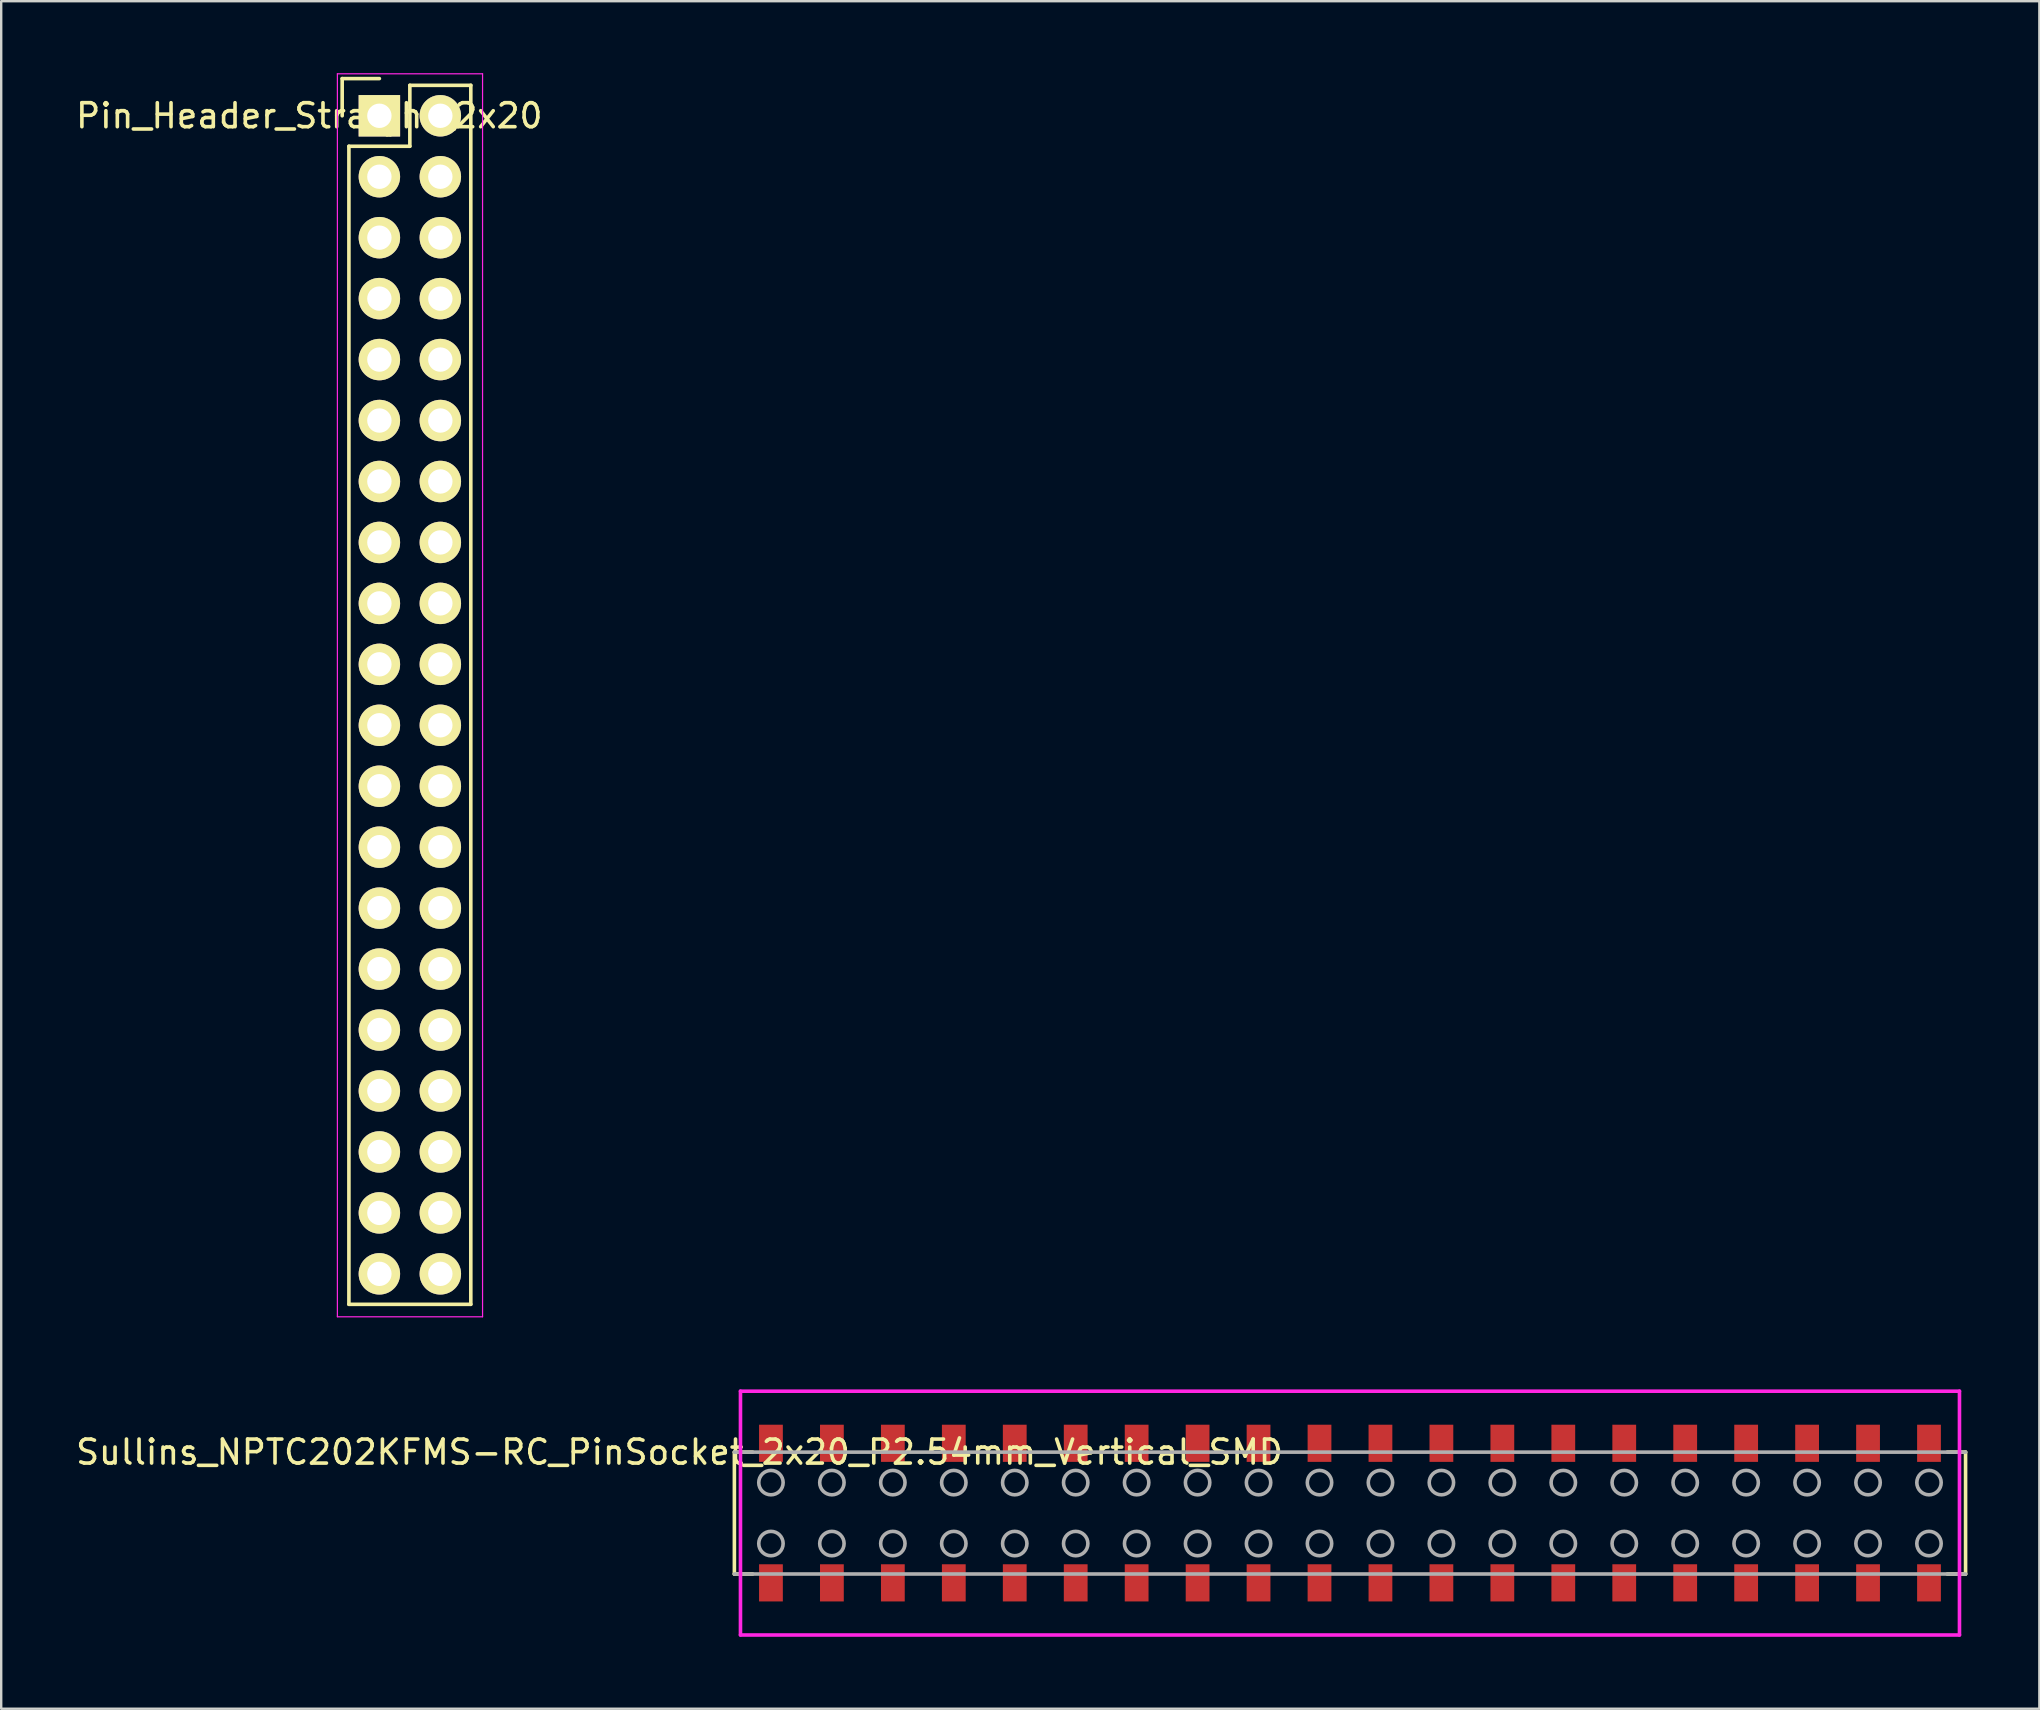
<source format=kicad_pcb>
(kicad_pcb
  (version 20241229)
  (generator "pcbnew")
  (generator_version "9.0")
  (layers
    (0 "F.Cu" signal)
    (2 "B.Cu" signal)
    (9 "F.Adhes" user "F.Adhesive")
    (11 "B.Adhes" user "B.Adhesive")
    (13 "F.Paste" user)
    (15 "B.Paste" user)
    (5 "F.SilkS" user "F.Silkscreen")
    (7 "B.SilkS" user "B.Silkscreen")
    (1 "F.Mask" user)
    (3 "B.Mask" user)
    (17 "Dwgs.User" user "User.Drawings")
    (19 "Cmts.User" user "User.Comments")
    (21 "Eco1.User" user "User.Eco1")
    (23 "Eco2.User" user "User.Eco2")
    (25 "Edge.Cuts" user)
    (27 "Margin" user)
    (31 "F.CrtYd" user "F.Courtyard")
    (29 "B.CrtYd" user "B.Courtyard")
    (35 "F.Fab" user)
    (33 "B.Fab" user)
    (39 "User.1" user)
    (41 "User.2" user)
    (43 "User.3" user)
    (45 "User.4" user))
  (footprint "Sullins_NPTC202KFMS-RC_PinSocket_2x20_P2.54mm_Vertical_SMD"
    (layer "F.Cu")
    (at 53.208 60.005)
    (property "Reference" "Sullins_NPTC202KFMS-RC_PinSocket_2x20_P2.54mm_Vertical_SMD" (at -27.94 -2.54 0) (layer "F.SilkS") (effects (font (size 1 1) (thickness 0.15))))
    (attr through_hole)
    (fp_line (start -25.654 -2.54) (end -25.654 2.54) (stroke (width 0.15) (type solid)) (layer "F.SilkS"))
    (fp_line (start -25.654 -2.54) (end -24.892 -2.54) (stroke (width 0.15) (type solid)) (layer "F.SilkS"))
    (fp_line (start -25.654 2.54) (end -24.892 2.54) (stroke (width 0.15) (type solid)) (layer "F.SilkS"))
    (fp_line (start 24.892 -2.54) (end 25.654 -2.54) (stroke (width 0.15) (type solid)) (layer "F.SilkS"))
    (fp_line (start 24.892 2.54) (end 25.654 2.54) (stroke (width 0.15) (type solid)) (layer "F.SilkS"))
    (fp_line (start 25.654 -2.54) (end 25.654 2.54) (stroke (width 0.15) (type solid)) (layer "F.SilkS"))
    (fp_line (start -25.4 -5.08) (end 25.4 -5.08) (stroke (width 0.15) (type solid)) (layer "F.CrtYd"))
    (fp_line (start -25.4 5.08) (end -25.4 -5.08) (stroke (width 0.15) (type solid)) (layer "F.CrtYd"))
    (fp_line (start 25.4 -5.08) (end 25.4 5.08) (stroke (width 0.15) (type solid)) (layer "F.CrtYd"))
    (fp_line (start 25.4 5.08) (end -25.4 5.08) (stroke (width 0.15) (type solid)) (layer "F.CrtYd"))
    (fp_line (start -25.654 -2.54) (end 25.654 -2.54) (stroke (width 0.15) (type solid)) (layer "F.Fab"))
    (fp_line (start -25.654 2.54) (end 25.654 2.54) (stroke (width 0.15) (type solid)) (layer "F.Fab"))
    (fp_circle (center -24.13 -1.27) (end -23.622 -1.27) (stroke (width 0.15) (type solid)) (fill no) (layer "F.Fab"))
    (fp_circle (center -24.13 1.27) (end -23.622 1.27) (stroke (width 0.15) (type solid)) (fill no) (layer "F.Fab"))
    (fp_circle (center -21.59 -1.27) (end -21.082 -1.27) (stroke (width 0.15) (type solid)) (fill no) (layer "F.Fab"))
    (fp_circle (center -21.59 1.27) (end -21.082 1.27) (stroke (width 0.15) (type solid)) (fill no) (layer "F.Fab"))
    (fp_circle (center -19.05 -1.27) (end -18.542 -1.27) (stroke (width 0.15) (type solid)) (fill no) (layer "F.Fab"))
    (fp_circle (center -19.05 1.27) (end -18.542 1.27) (stroke (width 0.15) (type solid)) (fill no) (layer "F.Fab"))
    (fp_circle (center -16.51 -1.27) (end -16.002 -1.27) (stroke (width 0.15) (type solid)) (fill no) (layer "F.Fab"))
    (fp_circle (center -16.51 1.27) (end -16.002 1.27) (stroke (width 0.15) (type solid)) (fill no) (layer "F.Fab"))
    (fp_circle (center -13.97 -1.27) (end -13.462 -1.27) (stroke (width 0.15) (type solid)) (fill no) (layer "F.Fab"))
    (fp_circle (center -13.97 1.27) (end -13.462 1.27) (stroke (width 0.15) (type solid)) (fill no) (layer "F.Fab"))
    (fp_circle (center -11.43 -1.27) (end -10.922 -1.27) (stroke (width 0.15) (type solid)) (fill no) (layer "F.Fab"))
    (fp_circle (center -11.43 1.27) (end -10.922 1.27) (stroke (width 0.15) (type solid)) (fill no) (layer "F.Fab"))
    (fp_circle (center -8.89 -1.27) (end -8.382 -1.27) (stroke (width 0.15) (type solid)) (fill no) (layer "F.Fab"))
    (fp_circle (center -8.89 1.27) (end -8.382 1.27) (stroke (width 0.15) (type solid)) (fill no) (layer "F.Fab"))
    (fp_circle (center -6.35 -1.27) (end -5.842 -1.27) (stroke (width 0.15) (type solid)) (fill no) (layer "F.Fab"))
    (fp_circle (center -6.35 1.27) (end -5.842 1.27) (stroke (width 0.15) (type solid)) (fill no) (layer "F.Fab"))
    (fp_circle (center -3.81 -1.27) (end -3.302 -1.27) (stroke (width 0.15) (type solid)) (fill no) (layer "F.Fab"))
    (fp_circle (center -3.81 1.27) (end -3.302 1.27) (stroke (width 0.15) (type solid)) (fill no) (layer "F.Fab"))
    (fp_circle (center -1.27 -1.27) (end -0.762 -1.27) (stroke (width 0.15) (type solid)) (fill no) (layer "F.Fab"))
    (fp_circle (center -1.27 1.27) (end -0.762 1.27) (stroke (width 0.15) (type solid)) (fill no) (layer "F.Fab"))
    (fp_circle (center 1.27 -1.27) (end 1.778 -1.27) (stroke (width 0.15) (type solid)) (fill no) (layer "F.Fab"))
    (fp_circle (center 1.27 1.27) (end 1.778 1.27) (stroke (width 0.15) (type solid)) (fill no) (layer "F.Fab"))
    (fp_circle (center 3.81 -1.27) (end 4.318 -1.27) (stroke (width 0.15) (type solid)) (fill no) (layer "F.Fab"))
    (fp_circle (center 3.81 1.27) (end 4.318 1.27) (stroke (width 0.15) (type solid)) (fill no) (layer "F.Fab"))
    (fp_circle (center 6.35 -1.27) (end 6.858 -1.27) (stroke (width 0.15) (type solid)) (fill no) (layer "F.Fab"))
    (fp_circle (center 6.35 1.27) (end 6.858 1.27) (stroke (width 0.15) (type solid)) (fill no) (layer "F.Fab"))
    (fp_circle (center 8.89 -1.27) (end 9.398 -1.27) (stroke (width 0.15) (type solid)) (fill no) (layer "F.Fab"))
    (fp_circle (center 8.89 1.27) (end 9.398 1.27) (stroke (width 0.15) (type solid)) (fill no) (layer "F.Fab"))
    (fp_circle (center 11.43 -1.27) (end 11.938 -1.27) (stroke (width 0.15) (type solid)) (fill no) (layer "F.Fab"))
    (fp_circle (center 11.43 1.27) (end 11.938 1.27) (stroke (width 0.15) (type solid)) (fill no) (layer "F.Fab"))
    (fp_circle (center 13.97 -1.27) (end 14.478 -1.27) (stroke (width 0.15) (type solid)) (fill no) (layer "F.Fab"))
    (fp_circle (center 13.97 1.27) (end 14.478 1.27) (stroke (width 0.15) (type solid)) (fill no) (layer "F.Fab"))
    (fp_circle (center 16.51 -1.27) (end 17.018 -1.27) (stroke (width 0.15) (type solid)) (fill no) (layer "F.Fab"))
    (fp_circle (center 16.51 1.27) (end 17.018 1.27) (stroke (width 0.15) (type solid)) (fill no) (layer "F.Fab"))
    (fp_circle (center 19.05 -1.27) (end 19.558 -1.27) (stroke (width 0.15) (type solid)) (fill no) (layer "F.Fab"))
    (fp_circle (center 19.05 1.27) (end 19.558 1.27) (stroke (width 0.15) (type solid)) (fill no) (layer "F.Fab"))
    (fp_circle (center 21.59 -1.27) (end 22.098 -1.27) (stroke (width 0.15) (type solid)) (fill no) (layer "F.Fab"))
    (fp_circle (center 21.59 1.27) (end 22.098 1.27) (stroke (width 0.15) (type solid)) (fill no) (layer "F.Fab"))
    (fp_circle (center 24.13 -1.27) (end 24.638 -1.27) (stroke (width 0.15) (type solid)) (fill no) (layer "F.Fab"))
    (fp_circle (center 24.13 1.27) (end 24.638 1.27) (stroke (width 0.15) (type solid)) (fill no) (layer "F.Fab"))
    (pad "1" smd rect (at -24.13 -2.908) (size 0.991 1.549) (layers "F.Cu" "F.Mask" "F.Paste"))
    (pad "2" smd rect (at -24.13 2.908) (size 0.991 1.549) (layers "F.Cu" "F.Mask" "F.Paste"))
    (pad "3" smd rect (at -21.59 -2.908) (size 0.991 1.549) (layers "F.Cu" "F.Mask" "F.Paste"))
    (pad "4" smd rect (at -21.59 2.908) (size 0.991 1.549) (layers "F.Cu" "F.Mask" "F.Paste"))
    (pad "5" smd rect (at -19.05 -2.908) (size 0.991 1.549) (layers "F.Cu" "F.Mask" "F.Paste"))
    (pad "6" smd rect (at -19.05 2.908) (size 0.991 1.549) (layers "F.Cu" "F.Mask" "F.Paste"))
    (pad "7" smd rect (at -16.51 -2.908) (size 0.991 1.549) (layers "F.Cu" "F.Mask" "F.Paste"))
    (pad "8" smd rect (at -16.51 2.908) (size 0.991 1.549) (layers "F.Cu" "F.Mask" "F.Paste"))
    (pad "9" smd rect (at -13.97 -2.908) (size 0.991 1.549) (layers "F.Cu" "F.Mask" "F.Paste"))
    (pad "10" smd rect (at -13.97 2.908) (size 0.991 1.549) (layers "F.Cu" "F.Mask" "F.Paste"))
    (pad "11" smd rect (at -11.43 -2.908) (size 0.991 1.549) (layers "F.Cu" "F.Mask" "F.Paste"))
    (pad "12" smd rect (at -11.43 2.908) (size 0.991 1.549) (layers "F.Cu" "F.Mask" "F.Paste"))
    (pad "13" smd rect (at -8.89 -2.908) (size 0.991 1.549) (layers "F.Cu" "F.Mask" "F.Paste"))
    (pad "14" smd rect (at -8.89 2.908) (size 0.991 1.549) (layers "F.Cu" "F.Mask" "F.Paste"))
    (pad "15" smd rect (at -6.35 -2.908) (size 0.991 1.549) (layers "F.Cu" "F.Mask" "F.Paste"))
    (pad "16" smd rect (at -6.35 2.908) (size 0.991 1.549) (layers "F.Cu" "F.Mask" "F.Paste"))
    (pad "17" smd rect (at -3.81 -2.908) (size 0.991 1.549) (layers "F.Cu" "F.Mask" "F.Paste"))
    (pad "18" smd rect (at -3.81 2.908) (size 0.991 1.549) (layers "F.Cu" "F.Mask" "F.Paste"))
    (pad "19" smd rect (at -1.27 -2.908) (size 0.991 1.549) (layers "F.Cu" "F.Mask" "F.Paste"))
    (pad "20" smd rect (at -1.27 2.908) (size 0.991 1.549) (layers "F.Cu" "F.Mask" "F.Paste"))
    (pad "21" smd rect (at 1.27 -2.908) (size 0.991 1.549) (layers "F.Cu" "F.Mask" "F.Paste"))
    (pad "22" smd rect (at 1.27 2.908) (size 0.991 1.549) (layers "F.Cu" "F.Mask" "F.Paste"))
    (pad "23" smd rect (at 3.81 -2.908) (size 0.991 1.549) (layers "F.Cu" "F.Mask" "F.Paste"))
    (pad "24" smd rect (at 3.81 2.908) (size 0.991 1.549) (layers "F.Cu" "F.Mask" "F.Paste"))
    (pad "25" smd rect (at 6.35 -2.908) (size 0.991 1.549) (layers "F.Cu" "F.Mask" "F.Paste"))
    (pad "26" smd rect (at 6.35 2.908) (size 0.991 1.549) (layers "F.Cu" "F.Mask" "F.Paste"))
    (pad "27" smd rect (at 8.89 -2.908) (size 0.991 1.549) (layers "F.Cu" "F.Mask" "F.Paste"))
    (pad "28" smd rect (at 8.89 2.908) (size 0.991 1.549) (layers "F.Cu" "F.Mask" "F.Paste"))
    (pad "29" smd rect (at 11.43 -2.908) (size 0.991 1.549) (layers "F.Cu" "F.Mask" "F.Paste"))
    (pad "30" smd rect (at 11.43 2.908) (size 0.991 1.549) (layers "F.Cu" "F.Mask" "F.Paste"))
    (pad "31" smd rect (at 13.97 -2.908) (size 0.991 1.549) (layers "F.Cu" "F.Mask" "F.Paste"))
    (pad "32" smd rect (at 13.97 2.908) (size 0.991 1.549) (layers "F.Cu" "F.Mask" "F.Paste"))
    (pad "33" smd rect (at 16.51 -2.908) (size 0.991 1.549) (layers "F.Cu" "F.Mask" "F.Paste"))
    (pad "34" smd rect (at 16.51 2.908) (size 0.991 1.549) (layers "F.Cu" "F.Mask" "F.Paste"))
    (pad "35" smd rect (at 19.05 -2.908) (size 0.991 1.549) (layers "F.Cu" "F.Mask" "F.Paste"))
    (pad "36" smd rect (at 19.05 2.908) (size 0.991 1.549) (layers "F.Cu" "F.Mask" "F.Paste"))
    (pad "37" smd rect (at 21.59 -2.908) (size 0.991 1.549) (layers "F.Cu" "F.Mask" "F.Paste"))
    (pad "38" smd rect (at 21.59 2.908) (size 0.991 1.549) (layers "F.Cu" "F.Mask" "F.Paste"))
    (pad "39" smd rect (at 24.13 -2.908) (size 0.991 1.549) (layers "F.Cu" "F.Mask" "F.Paste"))
    (pad "40" smd rect (at 24.13 2.908) (size 0.991 1.549) (layers "F.Cu" "F.Mask" "F.Paste")))
  (footprint "Pin_Header_Straight_2x20"
    (layer "F.Cu")
    (at 14.03 25.905)
    (property "Reference" "Pin_Header_Straight_2x20" (at -4.191 -24.13 180) (layer "F.SilkS") (effects (font (size 1 1) (thickness 0.15))))
    (attr through_hole)
    (fp_line (start -2.82 -25.68) (end -2.82 -24.13) (stroke (width 0.15) (type solid)) (layer "F.SilkS"))
    (fp_line (start -2.54 -22.86) (end -2.54 25.4) (stroke (width 0.15) (type solid)) (layer "F.SilkS"))
    (fp_line (start -1.27 -25.68) (end -2.82 -25.68) (stroke (width 0.15) (type solid)) (layer "F.SilkS"))
    (fp_line (start 0 -25.4) (end 0 -22.86) (stroke (width 0.15) (type solid)) (layer "F.SilkS"))
    (fp_line (start 0 -22.86) (end -2.54 -22.86) (stroke (width 0.15) (type solid)) (layer "F.SilkS"))
    (fp_line (start 2.54 -25.4) (end 0 -25.4) (stroke (width 0.15) (type solid)) (layer "F.SilkS"))
    (fp_line (start 2.54 25.4) (end -2.54 25.4) (stroke (width 0.15) (type solid)) (layer "F.SilkS"))
    (fp_line (start 2.54 25.4) (end 2.54 -25.4) (stroke (width 0.15) (type solid)) (layer "F.SilkS"))
    (fp_line (start -3.02 -25.88) (end -3.02 25.92) (stroke (width 0.05) (type solid)) (layer "F.CrtYd"))
    (fp_line (start -3.02 -25.88) (end 3.03 -25.88) (stroke (width 0.05) (type solid)) (layer "F.CrtYd"))
    (fp_line (start -3.02 25.92) (end 3.03 25.92) (stroke (width 0.05) (type solid)) (layer "F.CrtYd"))
    (fp_line (start 3.03 -25.88) (end 3.03 25.92) (stroke (width 0.05) (type solid)) (layer "F.CrtYd"))
    (pad "1" thru_hole rect (at -1.27 -24.13) (size 1.727 1.727) (drill 1.016) (layers "*.Cu" "*.Mask" "F.SilkS"))
    (pad "2" thru_hole oval (at 1.27 -24.13) (size 1.727 1.727) (drill 1.016) (layers "*.Cu" "*.Mask" "F.SilkS"))
    (pad "3" thru_hole oval (at -1.27 -21.59) (size 1.727 1.727) (drill 1.016) (layers "*.Cu" "*.Mask" "F.SilkS"))
    (pad "4" thru_hole oval (at 1.27 -21.59) (size 1.727 1.727) (drill 1.016) (layers "*.Cu" "*.Mask" "F.SilkS"))
    (pad "5" thru_hole oval (at -1.27 -19.05) (size 1.727 1.727) (drill 1.016) (layers "*.Cu" "*.Mask" "F.SilkS"))
    (pad "6" thru_hole oval (at 1.27 -19.05) (size 1.727 1.727) (drill 1.016) (layers "*.Cu" "*.Mask" "F.SilkS"))
    (pad "7" thru_hole oval (at -1.27 -16.51) (size 1.727 1.727) (drill 1.016) (layers "*.Cu" "*.Mask" "F.SilkS"))
    (pad "8" thru_hole oval (at 1.27 -16.51) (size 1.727 1.727) (drill 1.016) (layers "*.Cu" "*.Mask" "F.SilkS"))
    (pad "9" thru_hole oval (at -1.27 -13.97) (size 1.727 1.727) (drill 1.016) (layers "*.Cu" "*.Mask" "F.SilkS"))
    (pad "10" thru_hole oval (at 1.27 -13.97) (size 1.727 1.727) (drill 1.016) (layers "*.Cu" "*.Mask" "F.SilkS"))
    (pad "11" thru_hole oval (at -1.27 -11.43) (size 1.727 1.727) (drill 1.016) (layers "*.Cu" "*.Mask" "F.SilkS"))
    (pad "12" thru_hole oval (at 1.27 -11.43) (size 1.727 1.727) (drill 1.016) (layers "*.Cu" "*.Mask" "F.SilkS"))
    (pad "13" thru_hole oval (at -1.27 -8.89) (size 1.727 1.727) (drill 1.016) (layers "*.Cu" "*.Mask" "F.SilkS"))
    (pad "14" thru_hole oval (at 1.27 -8.89) (size 1.727 1.727) (drill 1.016) (layers "*.Cu" "*.Mask" "F.SilkS"))
    (pad "15" thru_hole oval (at -1.27 -6.35) (size 1.727 1.727) (drill 1.016) (layers "*.Cu" "*.Mask" "F.SilkS"))
    (pad "16" thru_hole oval (at 1.27 -6.35) (size 1.727 1.727) (drill 1.016) (layers "*.Cu" "*.Mask" "F.SilkS"))
    (pad "17" thru_hole oval (at -1.27 -3.81) (size 1.727 1.727) (drill 1.016) (layers "*.Cu" "*.Mask" "F.SilkS"))
    (pad "18" thru_hole oval (at 1.27 -3.81) (size 1.727 1.727) (drill 1.016) (layers "*.Cu" "*.Mask" "F.SilkS"))
    (pad "19" thru_hole oval (at -1.27 -1.27) (size 1.727 1.727) (drill 1.016) (layers "*.Cu" "*.Mask" "F.SilkS"))
    (pad "20" thru_hole oval (at 1.27 -1.27) (size 1.727 1.727) (drill 1.016) (layers "*.Cu" "*.Mask" "F.SilkS"))
    (pad "21" thru_hole oval (at -1.27 1.27) (size 1.727 1.727) (drill 1.016) (layers "*.Cu" "*.Mask" "F.SilkS"))
    (pad "22" thru_hole oval (at 1.27 1.27) (size 1.727 1.727) (drill 1.016) (layers "*.Cu" "*.Mask" "F.SilkS"))
    (pad "23" thru_hole oval (at -1.27 3.81) (size 1.727 1.727) (drill 1.016) (layers "*.Cu" "*.Mask" "F.SilkS"))
    (pad "24" thru_hole oval (at 1.27 3.81) (size 1.727 1.727) (drill 1.016) (layers "*.Cu" "*.Mask" "F.SilkS"))
    (pad "25" thru_hole oval (at -1.27 6.35) (size 1.727 1.727) (drill 1.016) (layers "*.Cu" "*.Mask" "F.SilkS"))
    (pad "26" thru_hole oval (at 1.27 6.35) (size 1.727 1.727) (drill 1.016) (layers "*.Cu" "*.Mask" "F.SilkS"))
    (pad "27" thru_hole oval (at -1.27 8.89) (size 1.727 1.727) (drill 1.016) (layers "*.Cu" "*.Mask" "F.SilkS"))
    (pad "28" thru_hole oval (at 1.27 8.89) (size 1.727 1.727) (drill 1.016) (layers "*.Cu" "*.Mask" "F.SilkS"))
    (pad "29" thru_hole oval (at -1.27 11.43) (size 1.727 1.727) (drill 1.016) (layers "*.Cu" "*.Mask" "F.SilkS"))
    (pad "30" thru_hole oval (at 1.27 11.43) (size 1.727 1.727) (drill 1.016) (layers "*.Cu" "*.Mask" "F.SilkS"))
    (pad "31" thru_hole oval (at -1.27 13.97) (size 1.727 1.727) (drill 1.016) (layers "*.Cu" "*.Mask" "F.SilkS"))
    (pad "32" thru_hole oval (at 1.27 13.97) (size 1.727 1.727) (drill 1.016) (layers "*.Cu" "*.Mask" "F.SilkS"))
    (pad "33" thru_hole oval (at -1.27 16.51) (size 1.727 1.727) (drill 1.016) (layers "*.Cu" "*.Mask" "F.SilkS"))
    (pad "34" thru_hole oval (at 1.27 16.51) (size 1.727 1.727) (drill 1.016) (layers "*.Cu" "*.Mask" "F.SilkS"))
    (pad "35" thru_hole oval (at -1.27 19.05) (size 1.727 1.727) (drill 1.016) (layers "*.Cu" "*.Mask" "F.SilkS"))
    (pad "36" thru_hole oval (at 1.27 19.05) (size 1.727 1.727) (drill 1.016) (layers "*.Cu" "*.Mask" "F.SilkS"))
    (pad "37" thru_hole oval (at -1.27 21.59) (size 1.727 1.727) (drill 1.016) (layers "*.Cu" "*.Mask" "F.SilkS"))
    (pad "38" thru_hole oval (at 1.27 21.59) (size 1.727 1.727) (drill 1.016) (layers "*.Cu" "*.Mask" "F.SilkS"))
    (pad "39" thru_hole oval (at -1.27 24.13) (size 1.727 1.727) (drill 1.016) (layers "*.Cu" "*.Mask" "F.SilkS"))
    (pad "40" thru_hole oval (at 1.27 24.13) (size 1.727 1.727) (drill 1.016) (layers "*.Cu" "*.Mask" "F.SilkS")))
  (gr_rect
    (start -3 -3)
    (end 81.937 68.16)
    (stroke (width 0.1) (type default))
    (fill no)
    (layer "Edge.Cuts")))
</source>
